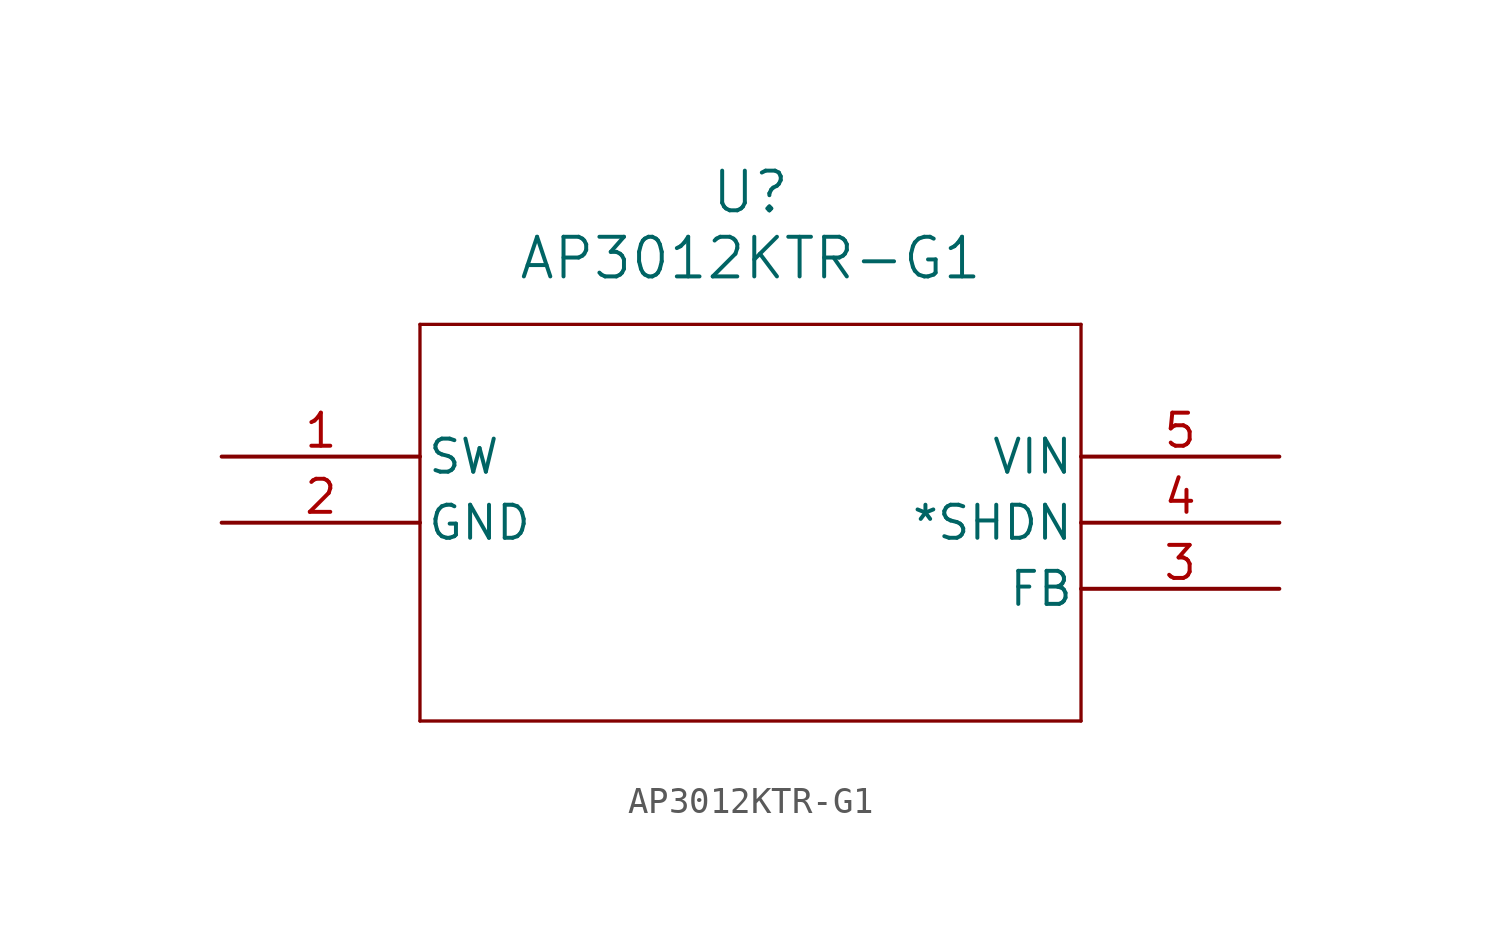
<source format=kicad_sym>
(kicad_symbol_lib
  (version 20211014)
  (generator kicad_symbol_editor)
  (symbol "AP3012KTR-G1"
    (pin_names
      (offset 0.254))
    (property "Reference" "U"
      (at 20.32 10.16 0)
      (effects (font (size 1.524 1.524))))
    (property "Value" "AP3012KTR-G1"
      (at 20.32 7.62 0)
      (effects (font (size 1.524 1.524))))
    (symbol "AP3012KTR-G1_0_1"
      (polyline (pts (xy 7.62 5.08) (xy 7.62 -10.16)) (stroke (width 0.127) (type default) (color 0 0 0 0)) (fill (type none)))
      (polyline (pts (xy 7.62 -10.16) (xy 33.02 -10.16)) (stroke (width 0.127) (type default) (color 0 0 0 0)) (fill (type none)))
      (polyline (pts (xy 33.02 -10.16) (xy 33.02 5.08)) (stroke (width 0.127) (type default) (color 0 0 0 0)) (fill (type none)))
      (polyline (pts (xy 33.02 5.08) (xy 7.62 5.08)) (stroke (width 0.127) (type default) (color 0 0 0 0)) (fill (type none)))
      (pin unspecified line (at 0 0 0) (length 7.62) (name "SW" (effects (font (size 1.27 1.27)))) (number "1" (effects (font (size 1.27 1.27)))))
      (pin power_out line (at 0 -2.54 0) (length 7.62) (name "GND" (effects (font (size 1.27 1.27)))) (number "2" (effects (font (size 1.27 1.27)))))
      (pin unspecified line (at 40.64 -5.08 180) (length 7.62) (name "FB" (effects (font (size 1.27 1.27)))) (number "3" (effects (font (size 1.27 1.27)))))
      (pin unspecified line (at 40.64 -2.54 180) (length 7.62) (name "*SHDN" (effects (font (size 1.27 1.27)))) (number "4" (effects (font (size 1.27 1.27)))))
      (pin power_in line (at 40.64 0 180) (length 7.62) (name "VIN" (effects (font (size 1.27 1.27)))) (number "5" (effects (font (size 1.27 1.27))))))))
</source>
